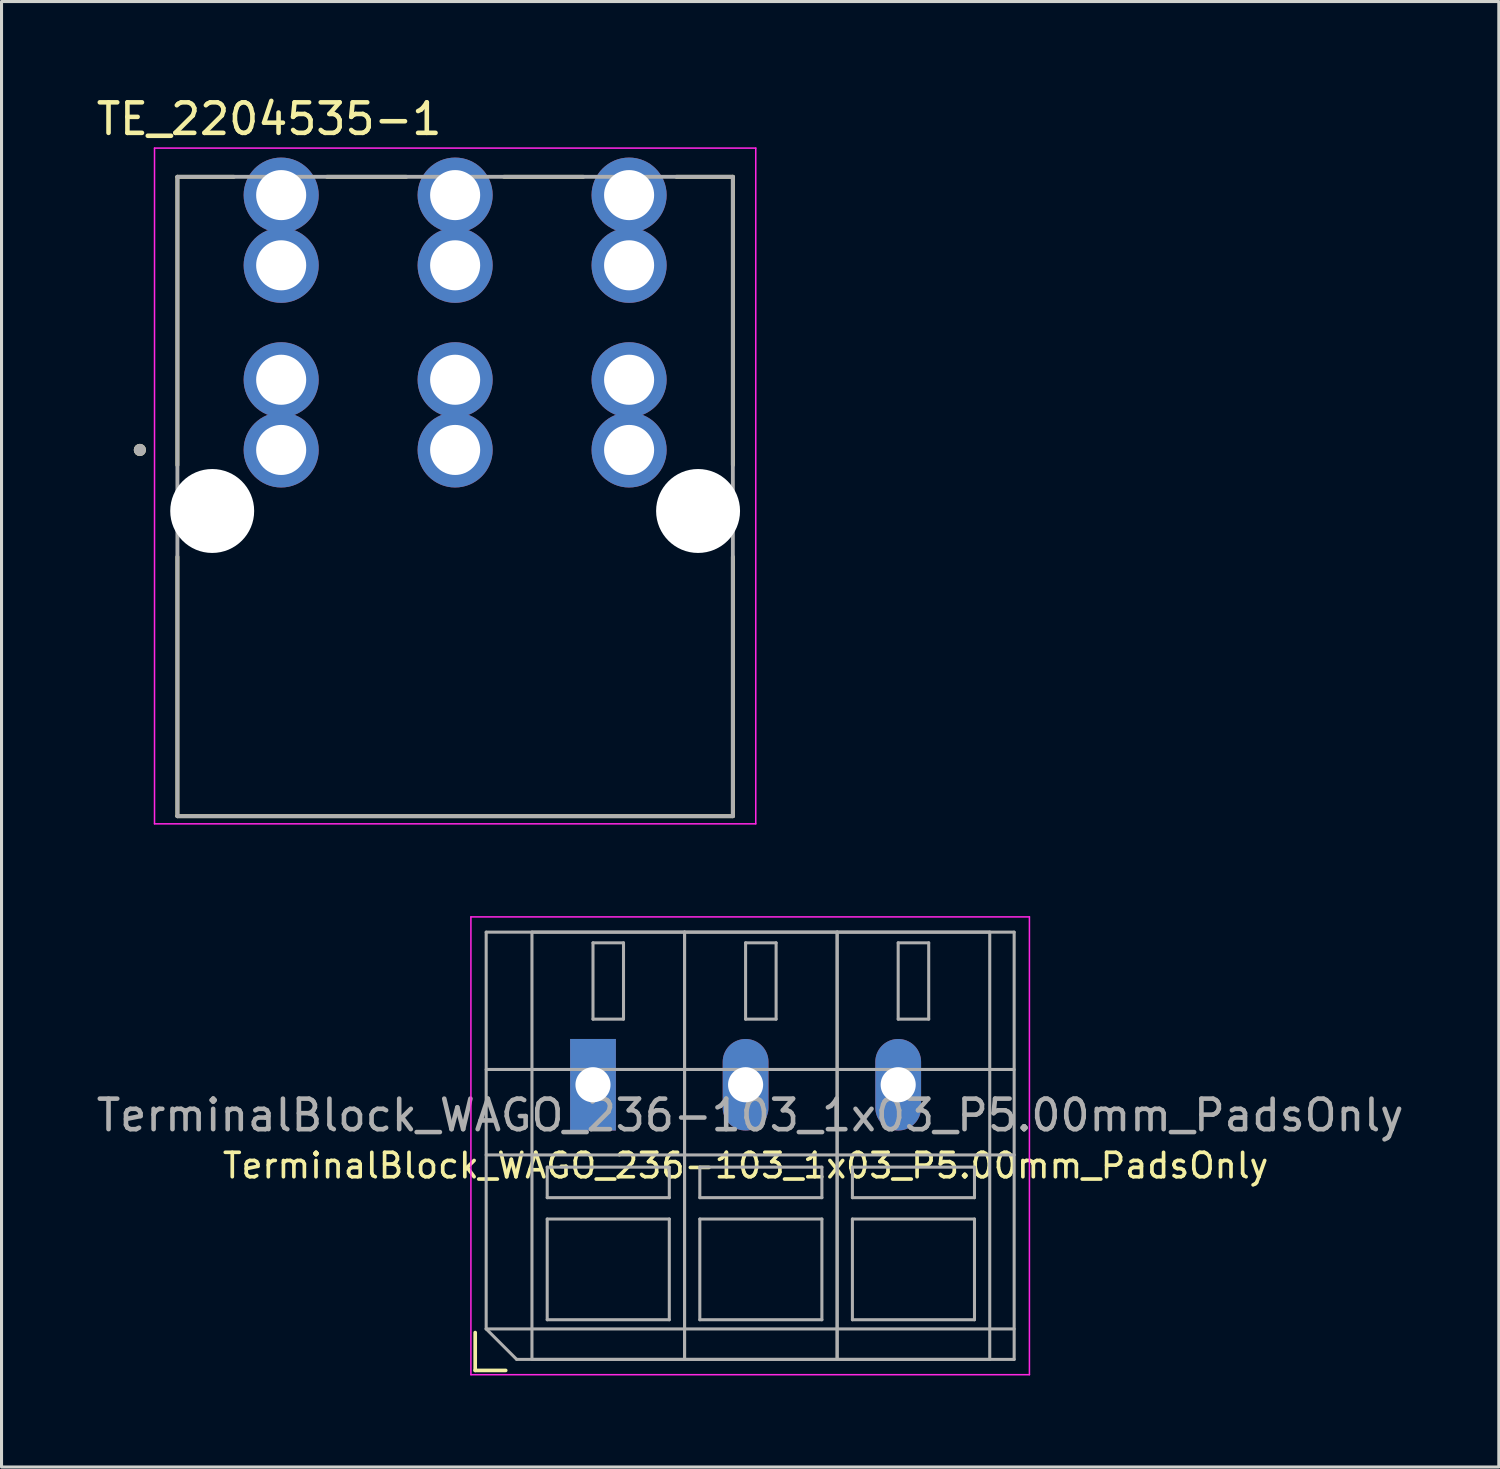
<source format=kicad_pcb>
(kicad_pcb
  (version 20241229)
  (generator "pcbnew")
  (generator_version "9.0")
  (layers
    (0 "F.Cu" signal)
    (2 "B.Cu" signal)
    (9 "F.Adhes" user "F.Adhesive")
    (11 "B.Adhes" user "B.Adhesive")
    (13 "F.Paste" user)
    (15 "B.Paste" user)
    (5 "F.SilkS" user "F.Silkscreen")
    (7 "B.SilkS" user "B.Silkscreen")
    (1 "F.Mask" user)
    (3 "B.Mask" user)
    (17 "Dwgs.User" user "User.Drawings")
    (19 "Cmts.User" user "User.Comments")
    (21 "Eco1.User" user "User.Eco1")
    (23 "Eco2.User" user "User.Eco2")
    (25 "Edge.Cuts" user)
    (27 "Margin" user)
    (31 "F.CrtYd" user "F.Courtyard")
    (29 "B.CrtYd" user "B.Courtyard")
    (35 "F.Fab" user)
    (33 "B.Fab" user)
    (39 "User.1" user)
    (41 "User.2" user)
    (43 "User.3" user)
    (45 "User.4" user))
  (footprint "TE_2204535-1"
    (layer "F.Cu")
    (at 11.863 13.693)
    (property "Reference" "TE_2204535-1" (at -6.095 -12.845 0) (layer "F.SilkS") (effects (font (size 1 1) (thickness 0.15))))
    (attr through_hole)
    (fp_line (start -9.1 -10.95) (end -7.25 -10.95) (stroke (width 0.127) (type solid)) (layer "F.SilkS"))
    (fp_line (start -9.1 -1.5) (end -9.1 -10.95) (stroke (width 0.127) (type solid)) (layer "F.SilkS"))
    (fp_line (start -9.1 10) (end -9.1 1.5) (stroke (width 0.127) (type solid)) (layer "F.SilkS"))
    (fp_line (start -4.2 -10.95) (end -1.6 -10.95) (stroke (width 0.127) (type solid)) (layer "F.SilkS"))
    (fp_line (start 1.6 -10.95) (end 4.2 -10.95) (stroke (width 0.127) (type solid)) (layer "F.SilkS"))
    (fp_line (start 7.25 -10.95) (end 9.1 -10.95) (stroke (width 0.127) (type solid)) (layer "F.SilkS"))
    (fp_line (start 9.1 -10.95) (end 9.1 -1.5) (stroke (width 0.127) (type solid)) (layer "F.SilkS"))
    (fp_line (start 9.1 1.5) (end 9.1 10) (stroke (width 0.127) (type solid)) (layer "F.SilkS"))
    (fp_line (start 9.1 10) (end -9.1 10) (stroke (width 0.127) (type solid)) (layer "F.SilkS"))
    (fp_circle (center -10.33 -2) (end -10.23 -2) (stroke (width 0.2) (type solid)) (fill no) (layer "F.SilkS"))
    (fp_line (start -9.85 -11.89) (end 9.85 -11.89) (stroke (width 0.05) (type solid)) (layer "F.CrtYd"))
    (fp_line (start -9.85 10.25) (end -9.85 -11.89) (stroke (width 0.05) (type solid)) (layer "F.CrtYd"))
    (fp_line (start 9.85 -11.89) (end 9.85 10.25) (stroke (width 0.05) (type solid)) (layer "F.CrtYd"))
    (fp_line (start 9.85 10.25) (end -9.85 10.25) (stroke (width 0.05) (type solid)) (layer "F.CrtYd"))
    (fp_line (start -9.1 -10.95) (end 9.1 -10.95) (stroke (width 0.127) (type solid)) (layer "F.Fab"))
    (fp_line (start -9.1 10) (end -9.1 -10.95) (stroke (width 0.127) (type solid)) (layer "F.Fab"))
    (fp_line (start 9.1 -10.95) (end 9.1 10) (stroke (width 0.127) (type solid)) (layer "F.Fab"))
    (fp_line (start 9.1 10) (end -9.1 10) (stroke (width 0.127) (type solid)) (layer "F.Fab"))
    (fp_circle (center -10.33 -2) (end -10.23 -2) (stroke (width 0.2) (type solid)) (fill no) (layer "F.Fab"))
    (pad "" np_thru_hole circle (at -7.96 0) (size 2.75 2.75) (drill 2.75) (layers "*.Cu" "*.Mask"))
    (pad "" np_thru_hole circle (at 7.96 0) (size 2.75 2.75) (drill 2.75) (layers "*.Cu" "*.Mask"))
    (pad "1" thru_hole circle (at -5.7 -4.3) (size 2.46 2.46) (drill 1.64) (layers "*.Cu" "*.Mask"))
    (pad "1" thru_hole circle (at -5.7 -2) (size 2.46 2.46) (drill 1.64) (layers "*.Cu" "*.Mask"))
    (pad "2" thru_hole circle (at 0 -4.3) (size 2.46 2.46) (drill 1.64) (layers "*.Cu" "*.Mask"))
    (pad "2" thru_hole circle (at 0 -2) (size 2.46 2.46) (drill 1.64) (layers "*.Cu" "*.Mask"))
    (pad "3" thru_hole circle (at 5.7 -4.3) (size 2.46 2.46) (drill 1.64) (layers "*.Cu" "*.Mask"))
    (pad "3" thru_hole circle (at 5.7 -2) (size 2.46 2.46) (drill 1.64) (layers "*.Cu" "*.Mask"))
    (pad "4" thru_hole circle (at -5.7 -10.35) (size 2.46 2.46) (drill 1.64) (layers "*.Cu" "*.Mask"))
    (pad "4" thru_hole circle (at -5.7 -8.05) (size 2.46 2.46) (drill 1.64) (layers "*.Cu" "*.Mask"))
    (pad "5" thru_hole circle (at 0 -10.35) (size 2.46 2.46) (drill 1.64) (layers "*.Cu" "*.Mask"))
    (pad "5" thru_hole circle (at 0 -8.05) (size 2.46 2.46) (drill 1.64) (layers "*.Cu" "*.Mask"))
    (pad "6" thru_hole circle (at 5.7 -10.35) (size 2.46 2.46) (drill 1.64) (layers "*.Cu" "*.Mask"))
    (pad "6" thru_hole circle (at 5.7 -8.05) (size 2.46 2.46) (drill 1.64) (layers "*.Cu" "*.Mask")))
  (footprint "TerminalBlock_WAGO_236-103_1x03_P5.00mm_PadsOnly"
    (layer "F.Cu")
    (at 16.38 32.493)
    (property "Reference" "TerminalBlock_WAGO_236-103_1x03_P5.00mm_PadsOnly" (at 5 2.65 0) (layer "F.SilkS") (effects (font (size 0.8 0.8) (thickness 0.12))))
    (attr through_hole)
    (fp_line (start -3.86 8.12) (end -3.86 9.36) (stroke (width 0.12) (type solid)) (layer "F.SilkS"))
    (fp_line (start -3.86 9.36) (end -2.86 9.36) (stroke (width 0.12) (type solid)) (layer "F.SilkS"))
    (fp_line (start -4 -5.5) (end -4 9.5) (stroke (width 0.05) (type solid)) (layer "F.CrtYd"))
    (fp_line (start -4 9.5) (end 14.3 9.5) (stroke (width 0.05) (type solid)) (layer "F.CrtYd"))
    (fp_line (start 14.3 -5.5) (end -4 -5.5) (stroke (width 0.05) (type solid)) (layer "F.CrtYd"))
    (fp_line (start 14.3 9.5) (end 14.3 -5.5) (stroke (width 0.05) (type solid)) (layer "F.CrtYd"))
    (fp_line (start -3.5 -5) (end 13.8 -5) (stroke (width 0.1) (type solid)) (layer "F.Fab"))
    (fp_line (start -3.5 -0.5) (end 13.8 -0.5) (stroke (width 0.1) (type solid)) (layer "F.Fab"))
    (fp_line (start -3.5 2.3) (end 13.8 2.3) (stroke (width 0.1) (type solid)) (layer "F.Fab"))
    (fp_line (start -3.5 8) (end -3.5 -5) (stroke (width 0.1) (type solid)) (layer "F.Fab"))
    (fp_line (start -3.5 8) (end 13.8 8) (stroke (width 0.1) (type solid)) (layer "F.Fab"))
    (fp_line (start -2.5 9) (end -3.5 8) (stroke (width 0.1) (type solid)) (layer "F.Fab"))
    (fp_line (start -2 -5) (end -2 9) (stroke (width 0.1) (type solid)) (layer "F.Fab"))
    (fp_line (start -2 9) (end 3 9) (stroke (width 0.1) (type solid)) (layer "F.Fab"))
    (fp_line (start -1.5 2.7) (end -1.5 3.7) (stroke (width 0.1) (type solid)) (layer "F.Fab"))
    (fp_line (start -1.5 3.7) (end 2.5 3.7) (stroke (width 0.1) (type solid)) (layer "F.Fab"))
    (fp_line (start -1.5 4.4) (end -1.5 7.7) (stroke (width 0.1) (type solid)) (layer "F.Fab"))
    (fp_line (start -1.5 7.7) (end 2.5 7.7) (stroke (width 0.1) (type solid)) (layer "F.Fab"))
    (fp_line (start 0 -4.65) (end 0 -2.15) (stroke (width 0.1) (type solid)) (layer "F.Fab"))
    (fp_line (start 0 -2.15) (end 1 -2.15) (stroke (width 0.1) (type solid)) (layer "F.Fab"))
    (fp_line (start 1 -4.65) (end 0 -4.65) (stroke (width 0.1) (type solid)) (layer "F.Fab"))
    (fp_line (start 1 -2.15) (end 1 -4.65) (stroke (width 0.1) (type solid)) (layer "F.Fab"))
    (fp_line (start 2.5 2.7) (end -1.5 2.7) (stroke (width 0.1) (type solid)) (layer "F.Fab"))
    (fp_line (start 2.5 3.7) (end 2.5 2.7) (stroke (width 0.1) (type solid)) (layer "F.Fab"))
    (fp_line (start 2.5 4.4) (end -1.5 4.4) (stroke (width 0.1) (type solid)) (layer "F.Fab"))
    (fp_line (start 2.5 7.7) (end 2.5 4.4) (stroke (width 0.1) (type solid)) (layer "F.Fab"))
    (fp_line (start 3 -5) (end -2 -5) (stroke (width 0.1) (type solid)) (layer "F.Fab"))
    (fp_line (start 3 -5) (end 3 9) (stroke (width 0.1) (type solid)) (layer "F.Fab"))
    (fp_line (start 3 9) (end 3 -5) (stroke (width 0.1) (type solid)) (layer "F.Fab"))
    (fp_line (start 3 9) (end 8 9) (stroke (width 0.1) (type solid)) (layer "F.Fab"))
    (fp_line (start 3.5 2.7) (end 3.5 3.7) (stroke (width 0.1) (type solid)) (layer "F.Fab"))
    (fp_line (start 3.5 3.7) (end 7.5 3.7) (stroke (width 0.1) (type solid)) (layer "F.Fab"))
    (fp_line (start 3.5 4.4) (end 3.5 7.7) (stroke (width 0.1) (type solid)) (layer "F.Fab"))
    (fp_line (start 3.5 7.7) (end 7.5 7.7) (stroke (width 0.1) (type solid)) (layer "F.Fab"))
    (fp_line (start 5 -4.65) (end 5 -2.15) (stroke (width 0.1) (type solid)) (layer "F.Fab"))
    (fp_line (start 5 -2.15) (end 6 -2.15) (stroke (width 0.1) (type solid)) (layer "F.Fab"))
    (fp_line (start 6 -4.65) (end 5 -4.65) (stroke (width 0.1) (type solid)) (layer "F.Fab"))
    (fp_line (start 6 -2.15) (end 6 -4.65) (stroke (width 0.1) (type solid)) (layer "F.Fab"))
    (fp_line (start 7.5 2.7) (end 3.5 2.7) (stroke (width 0.1) (type solid)) (layer "F.Fab"))
    (fp_line (start 7.5 3.7) (end 7.5 2.7) (stroke (width 0.1) (type solid)) (layer "F.Fab"))
    (fp_line (start 7.5 4.4) (end 3.5 4.4) (stroke (width 0.1) (type solid)) (layer "F.Fab"))
    (fp_line (start 7.5 7.7) (end 7.5 4.4) (stroke (width 0.1) (type solid)) (layer "F.Fab"))
    (fp_line (start 8 -5) (end 3 -5) (stroke (width 0.1) (type solid)) (layer "F.Fab"))
    (fp_line (start 8 -5) (end 8 9) (stroke (width 0.1) (type solid)) (layer "F.Fab"))
    (fp_line (start 8 9) (end 8 -5) (stroke (width 0.1) (type solid)) (layer "F.Fab"))
    (fp_line (start 8 9) (end 13 9) (stroke (width 0.1) (type solid)) (layer "F.Fab"))
    (fp_line (start 8.5 2.7) (end 8.5 3.7) (stroke (width 0.1) (type solid)) (layer "F.Fab"))
    (fp_line (start 8.5 3.7) (end 12.5 3.7) (stroke (width 0.1) (type solid)) (layer "F.Fab"))
    (fp_line (start 8.5 4.4) (end 8.5 7.7) (stroke (width 0.1) (type solid)) (layer "F.Fab"))
    (fp_line (start 8.5 7.7) (end 12.5 7.7) (stroke (width 0.1) (type solid)) (layer "F.Fab"))
    (fp_line (start 10 -4.65) (end 10 -2.15) (stroke (width 0.1) (type solid)) (layer "F.Fab"))
    (fp_line (start 10 -2.15) (end 11 -2.15) (stroke (width 0.1) (type solid)) (layer "F.Fab"))
    (fp_line (start 11 -4.65) (end 10 -4.65) (stroke (width 0.1) (type solid)) (layer "F.Fab"))
    (fp_line (start 11 -2.15) (end 11 -4.65) (stroke (width 0.1) (type solid)) (layer "F.Fab"))
    (fp_line (start 12.5 2.7) (end 8.5 2.7) (stroke (width 0.1) (type solid)) (layer "F.Fab"))
    (fp_line (start 12.5 3.7) (end 12.5 2.7) (stroke (width 0.1) (type solid)) (layer "F.Fab"))
    (fp_line (start 12.5 4.4) (end 8.5 4.4) (stroke (width 0.1) (type solid)) (layer "F.Fab"))
    (fp_line (start 12.5 7.7) (end 12.5 4.4) (stroke (width 0.1) (type solid)) (layer "F.Fab"))
    (fp_line (start 13 -5) (end 8 -5) (stroke (width 0.1) (type solid)) (layer "F.Fab"))
    (fp_line (start 13 9) (end 13 -5) (stroke (width 0.1) (type solid)) (layer "F.Fab"))
    (fp_line (start 13.8 -5) (end 13.8 9) (stroke (width 0.1) (type solid)) (layer "F.Fab"))
    (fp_line (start 13.8 9) (end -2.5 9) (stroke (width 0.1) (type solid)) (layer "F.Fab"))
    (fp_text user "${REFERENCE}" (at 5.15 1 0) (layer "F.Fab") (effects (font (size 1 1) (thickness 0.15))))
    (pad "1" thru_hole rect (at 0 0) (size 1.5 3) (drill 1.15) (layers "*.Cu" "*.Mask"))
    (pad "2" thru_hole oval (at 5 0) (size 1.5 3) (drill 1.15) (layers "*.Cu" "*.Mask"))
    (pad "3" thru_hole oval (at 10 0) (size 1.5 3) (drill 1.15) (layers "*.Cu" "*.Mask")))
  (gr_rect
    (start -3 -3)
    (end 46.06 45.018)
    (stroke (width 0.1) (type default))
    (fill no)
    (layer "Edge.Cuts")))
</source>
